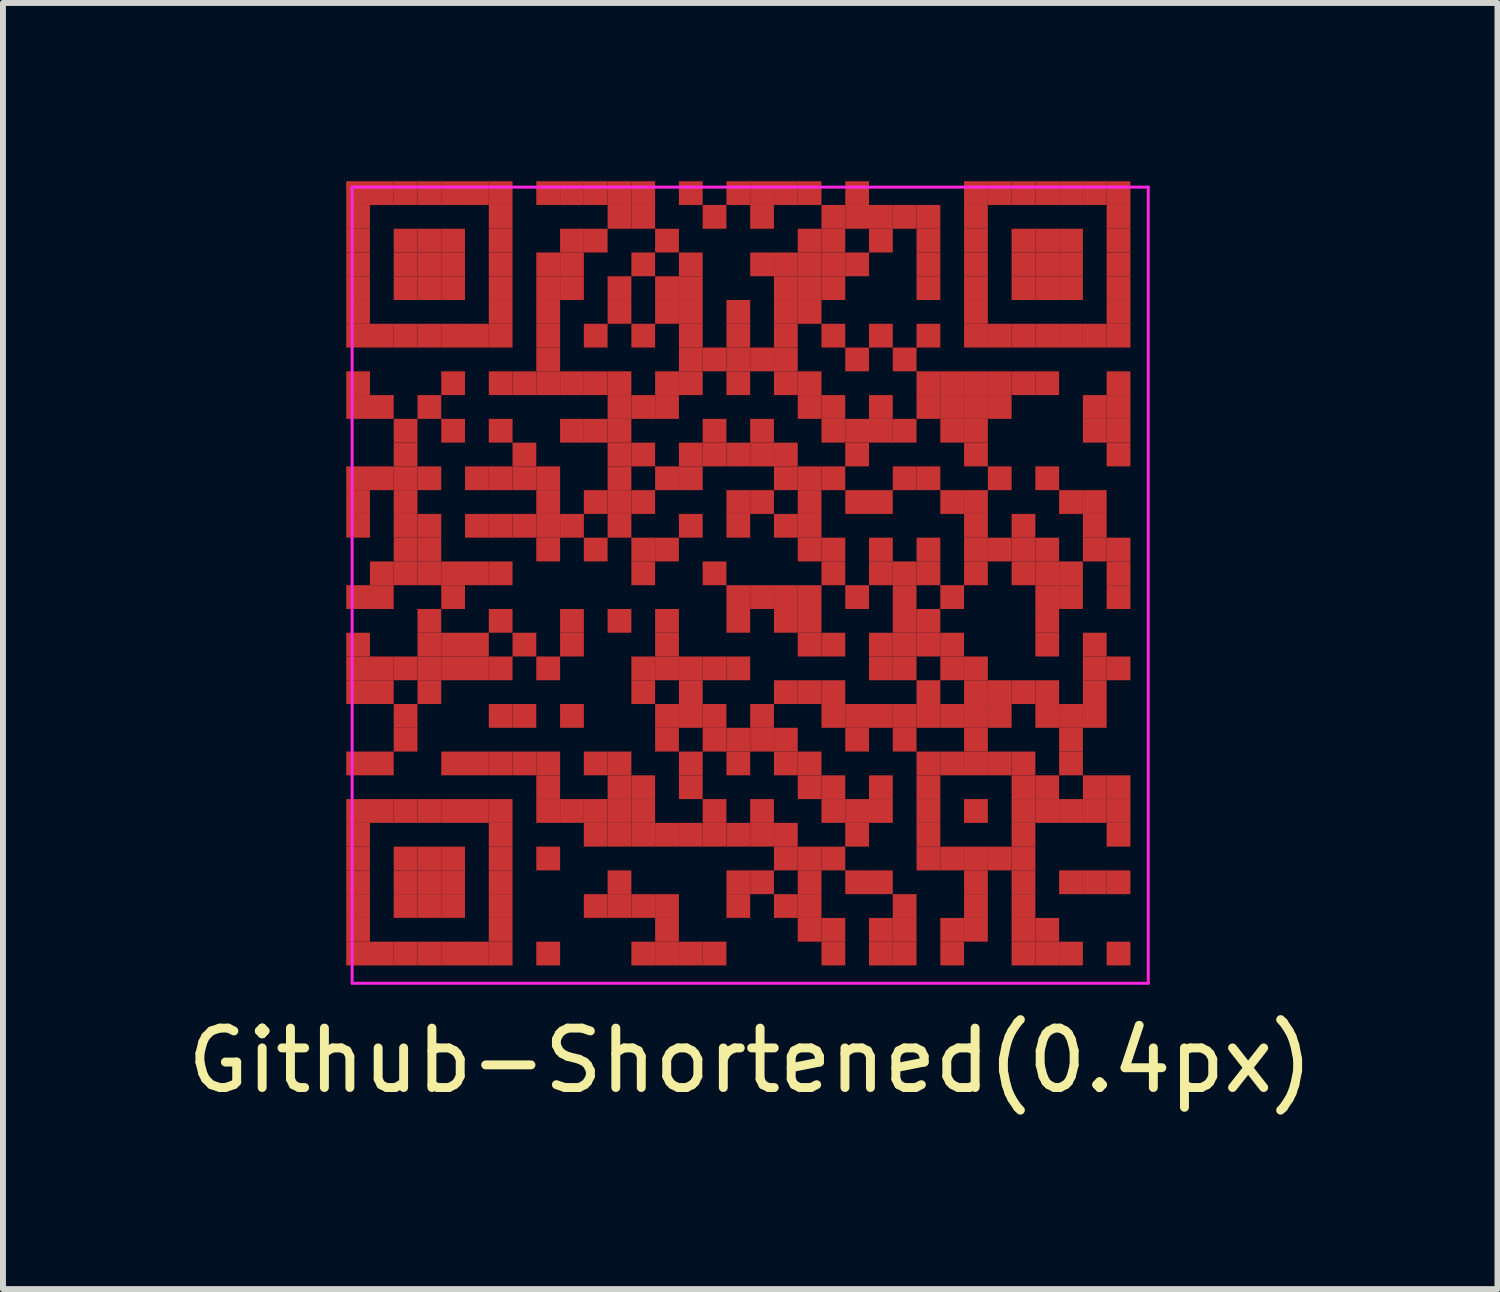
<source format=kicad_pcb>
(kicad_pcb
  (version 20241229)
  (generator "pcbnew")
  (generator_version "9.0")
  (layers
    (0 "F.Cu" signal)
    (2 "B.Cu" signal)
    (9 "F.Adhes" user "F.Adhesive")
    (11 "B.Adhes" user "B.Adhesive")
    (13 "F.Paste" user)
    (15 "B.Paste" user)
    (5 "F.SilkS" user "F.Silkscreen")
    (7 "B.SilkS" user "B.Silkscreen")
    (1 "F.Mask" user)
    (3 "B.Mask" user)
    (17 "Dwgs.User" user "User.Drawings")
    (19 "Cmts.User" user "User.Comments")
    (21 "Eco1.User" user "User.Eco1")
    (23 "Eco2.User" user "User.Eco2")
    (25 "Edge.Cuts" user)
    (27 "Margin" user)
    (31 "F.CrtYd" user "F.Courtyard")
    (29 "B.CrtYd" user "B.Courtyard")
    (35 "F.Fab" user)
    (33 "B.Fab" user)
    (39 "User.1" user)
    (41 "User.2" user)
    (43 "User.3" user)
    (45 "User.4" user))
  (footprint "Github-Shortened(0.4px)"
    (layer "F.Cu")
    (at 9.577 6.8)
    (property "Reference" "Github-Shortened(0.4px)" (at 0 8 0) (layer "F.SilkS") (effects (font (size 1 1) (thickness 0.15))))
    (attr through_hole)
    (fp_poly (pts (xy 6.65 6.65) (xy 6.65 -6.65) (xy -6.65 -6.65) (xy -6.65 6.65)) (stroke (width 0) (type solid)) (fill yes) (layer "F.Mask"))
    (fp_line (start -6.7 -6.7) (end 6.7 -6.7) (stroke (width 0.05) (type solid)) (layer "F.CrtYd"))
    (fp_line (start -6.7 6.7) (end -6.7 -6.7) (stroke (width 0.05) (type solid)) (layer "F.CrtYd"))
    (fp_line (start 6.7 -6.7) (end 6.7 6.7) (stroke (width 0.05) (type solid)) (layer "F.CrtYd"))
    (fp_line (start 6.7 6.7) (end -6.7 6.7) (stroke (width 0.05) (type solid)) (layer "F.CrtYd"))
    (pad "" smd rect (at -6.6 -6.6) (size 0.4 0.4) (layers "F.Cu"))
    (pad "" smd rect (at -6.6 -6.2) (size 0.4 0.4) (layers "F.Cu"))
    (pad "" smd rect (at -6.6 -5.8) (size 0.4 0.4) (layers "F.Cu"))
    (pad "" smd rect (at -6.6 -5.4) (size 0.4 0.4) (layers "F.Cu"))
    (pad "" smd rect (at -6.6 -5) (size 0.4 0.4) (layers "F.Cu"))
    (pad "" smd rect (at -6.6 -4.6) (size 0.4 0.4) (layers "F.Cu"))
    (pad "" smd rect (at -6.6 -4.2) (size 0.4 0.4) (layers "F.Cu"))
    (pad "" smd rect (at -6.6 -3.4) (size 0.4 0.4) (layers "F.Cu"))
    (pad "" smd rect (at -6.6 -3) (size 0.4 0.4) (layers "F.Cu"))
    (pad "" smd rect (at -6.6 -1.8) (size 0.4 0.4) (layers "F.Cu"))
    (pad "" smd rect (at -6.6 -1.4) (size 0.4 0.4) (layers "F.Cu"))
    (pad "" smd rect (at -6.6 -1) (size 0.4 0.4) (layers "F.Cu"))
    (pad "" smd rect (at -6.6 0.2) (size 0.4 0.4) (layers "F.Cu"))
    (pad "" smd rect (at -6.6 1) (size 0.4 0.4) (layers "F.Cu"))
    (pad "" smd rect (at -6.6 1.4) (size 0.4 0.4) (layers "F.Cu"))
    (pad "" smd rect (at -6.6 1.8) (size 0.4 0.4) (layers "F.Cu"))
    (pad "" smd rect (at -6.6 3) (size 0.4 0.4) (layers "F.Cu"))
    (pad "" smd rect (at -6.6 3.8) (size 0.4 0.4) (layers "F.Cu"))
    (pad "" smd rect (at -6.6 4.2) (size 0.4 0.4) (layers "F.Cu"))
    (pad "" smd rect (at -6.6 4.6) (size 0.4 0.4) (layers "F.Cu"))
    (pad "" smd rect (at -6.6 5) (size 0.4 0.4) (layers "F.Cu"))
    (pad "" smd rect (at -6.6 5.4) (size 0.4 0.4) (layers "F.Cu"))
    (pad "" smd rect (at -6.6 5.8) (size 0.4 0.4) (layers "F.Cu"))
    (pad "" smd rect (at -6.6 6.2) (size 0.4 0.4) (layers "F.Cu"))
    (pad "" smd rect (at -6.2 -6.6) (size 0.4 0.4) (layers "F.Cu"))
    (pad "" smd rect (at -6.2 -4.2) (size 0.4 0.4) (layers "F.Cu"))
    (pad "" smd rect (at -6.2 -3) (size 0.4 0.4) (layers "F.Cu"))
    (pad "" smd rect (at -6.2 -1.8) (size 0.4 0.4) (layers "F.Cu"))
    (pad "" smd rect (at -6.2 -0.2) (size 0.4 0.4) (layers "F.Cu"))
    (pad "" smd rect (at -6.2 0.2) (size 0.4 0.4) (layers "F.Cu"))
    (pad "" smd rect (at -6.2 1.4) (size 0.4 0.4) (layers "F.Cu"))
    (pad "" smd rect (at -6.2 1.8) (size 0.4 0.4) (layers "F.Cu"))
    (pad "" smd rect (at -6.2 3) (size 0.4 0.4) (layers "F.Cu"))
    (pad "" smd rect (at -6.2 3.8) (size 0.4 0.4) (layers "F.Cu"))
    (pad "" smd rect (at -6.2 6.2) (size 0.4 0.4) (layers "F.Cu"))
    (pad "" smd rect (at -5.8 -6.6) (size 0.4 0.4) (layers "F.Cu"))
    (pad "" smd rect (at -5.8 -5.8) (size 0.4 0.4) (layers "F.Cu"))
    (pad "" smd rect (at -5.8 -5.4) (size 0.4 0.4) (layers "F.Cu"))
    (pad "" smd rect (at -5.8 -5) (size 0.4 0.4) (layers "F.Cu"))
    (pad "" smd rect (at -5.8 -4.2) (size 0.4 0.4) (layers "F.Cu"))
    (pad "" smd rect (at -5.8 -2.6) (size 0.4 0.4) (layers "F.Cu"))
    (pad "" smd rect (at -5.8 -2.2) (size 0.4 0.4) (layers "F.Cu"))
    (pad "" smd rect (at -5.8 -1.8) (size 0.4 0.4) (layers "F.Cu"))
    (pad "" smd rect (at -5.8 -1.4) (size 0.4 0.4) (layers "F.Cu"))
    (pad "" smd rect (at -5.8 -1) (size 0.4 0.4) (layers "F.Cu"))
    (pad "" smd rect (at -5.8 -0.6) (size 0.4 0.4) (layers "F.Cu"))
    (pad "" smd rect (at -5.8 -0.2) (size 0.4 0.4) (layers "F.Cu"))
    (pad "" smd rect (at -5.8 1.4) (size 0.4 0.4) (layers "F.Cu"))
    (pad "" smd rect (at -5.8 2.2) (size 0.4 0.4) (layers "F.Cu"))
    (pad "" smd rect (at -5.8 2.6) (size 0.4 0.4) (layers "F.Cu"))
    (pad "" smd rect (at -5.8 3.8) (size 0.4 0.4) (layers "F.Cu"))
    (pad "" smd rect (at -5.8 4.6) (size 0.4 0.4) (layers "F.Cu"))
    (pad "" smd rect (at -5.8 5) (size 0.4 0.4) (layers "F.Cu"))
    (pad "" smd rect (at -5.8 5.4) (size 0.4 0.4) (layers "F.Cu"))
    (pad "" smd rect (at -5.8 6.2) (size 0.4 0.4) (layers "F.Cu"))
    (pad "" smd rect (at -5.4 -6.6) (size 0.4 0.4) (layers "F.Cu"))
    (pad "" smd rect (at -5.4 -5.8) (size 0.4 0.4) (layers "F.Cu"))
    (pad "" smd rect (at -5.4 -5.4) (size 0.4 0.4) (layers "F.Cu"))
    (pad "" smd rect (at -5.4 -5) (size 0.4 0.4) (layers "F.Cu"))
    (pad "" smd rect (at -5.4 -4.2) (size 0.4 0.4) (layers "F.Cu"))
    (pad "" smd rect (at -5.4 -3) (size 0.4 0.4) (layers "F.Cu"))
    (pad "" smd rect (at -5.4 -1.8) (size 0.4 0.4) (layers "F.Cu"))
    (pad "" smd rect (at -5.4 -1) (size 0.4 0.4) (layers "F.Cu"))
    (pad "" smd rect (at -5.4 -0.6) (size 0.4 0.4) (layers "F.Cu"))
    (pad "" smd rect (at -5.4 -0.2) (size 0.4 0.4) (layers "F.Cu"))
    (pad "" smd rect (at -5.4 0.6) (size 0.4 0.4) (layers "F.Cu"))
    (pad "" smd rect (at -5.4 1) (size 0.4 0.4) (layers "F.Cu"))
    (pad "" smd rect (at -5.4 1.4) (size 0.4 0.4) (layers "F.Cu"))
    (pad "" smd rect (at -5.4 1.8) (size 0.4 0.4) (layers "F.Cu"))
    (pad "" smd rect (at -5.4 3.8) (size 0.4 0.4) (layers "F.Cu"))
    (pad "" smd rect (at -5.4 4.6) (size 0.4 0.4) (layers "F.Cu"))
    (pad "" smd rect (at -5.4 5) (size 0.4 0.4) (layers "F.Cu"))
    (pad "" smd rect (at -5.4 5.4) (size 0.4 0.4) (layers "F.Cu"))
    (pad "" smd rect (at -5.4 6.2) (size 0.4 0.4) (layers "F.Cu"))
    (pad "" smd rect (at -5 -6.6) (size 0.4 0.4) (layers "F.Cu"))
    (pad "" smd rect (at -5 -5.8) (size 0.4 0.4) (layers "F.Cu"))
    (pad "" smd rect (at -5 -5.4) (size 0.4 0.4) (layers "F.Cu"))
    (pad "" smd rect (at -5 -5) (size 0.4 0.4) (layers "F.Cu"))
    (pad "" smd rect (at -5 -4.2) (size 0.4 0.4) (layers "F.Cu"))
    (pad "" smd rect (at -5 -3.4) (size 0.4 0.4) (layers "F.Cu"))
    (pad "" smd rect (at -5 -2.6) (size 0.4 0.4) (layers "F.Cu"))
    (pad "" smd rect (at -5 -0.2) (size 0.4 0.4) (layers "F.Cu"))
    (pad "" smd rect (at -5 0.2) (size 0.4 0.4) (layers "F.Cu"))
    (pad "" smd rect (at -5 1) (size 0.4 0.4) (layers "F.Cu"))
    (pad "" smd rect (at -5 1.4) (size 0.4 0.4) (layers "F.Cu"))
    (pad "" smd rect (at -5 3) (size 0.4 0.4) (layers "F.Cu"))
    (pad "" smd rect (at -5 3.8) (size 0.4 0.4) (layers "F.Cu"))
    (pad "" smd rect (at -5 4.6) (size 0.4 0.4) (layers "F.Cu"))
    (pad "" smd rect (at -5 5) (size 0.4 0.4) (layers "F.Cu"))
    (pad "" smd rect (at -5 5.4) (size 0.4 0.4) (layers "F.Cu"))
    (pad "" smd rect (at -5 6.2) (size 0.4 0.4) (layers "F.Cu"))
    (pad "" smd rect (at -4.6 -6.6) (size 0.4 0.4) (layers "F.Cu"))
    (pad "" smd rect (at -4.6 -4.2) (size 0.4 0.4) (layers "F.Cu"))
    (pad "" smd rect (at -4.6 -1.8) (size 0.4 0.4) (layers "F.Cu"))
    (pad "" smd rect (at -4.6 -1) (size 0.4 0.4) (layers "F.Cu"))
    (pad "" smd rect (at -4.6 -0.2) (size 0.4 0.4) (layers "F.Cu"))
    (pad "" smd rect (at -4.6 1) (size 0.4 0.4) (layers "F.Cu"))
    (pad "" smd rect (at -4.6 1.4) (size 0.4 0.4) (layers "F.Cu"))
    (pad "" smd rect (at -4.6 3) (size 0.4 0.4) (layers "F.Cu"))
    (pad "" smd rect (at -4.6 3.8) (size 0.4 0.4) (layers "F.Cu"))
    (pad "" smd rect (at -4.6 6.2) (size 0.4 0.4) (layers "F.Cu"))
    (pad "" smd rect (at -4.2 -6.6) (size 0.4 0.4) (layers "F.Cu"))
    (pad "" smd rect (at -4.2 -6.2) (size 0.4 0.4) (layers "F.Cu"))
    (pad "" smd rect (at -4.2 -5.8) (size 0.4 0.4) (layers "F.Cu"))
    (pad "" smd rect (at -4.2 -5.4) (size 0.4 0.4) (layers "F.Cu"))
    (pad "" smd rect (at -4.2 -5) (size 0.4 0.4) (layers "F.Cu"))
    (pad "" smd rect (at -4.2 -4.6) (size 0.4 0.4) (layers "F.Cu"))
    (pad "" smd rect (at -4.2 -4.2) (size 0.4 0.4) (layers "F.Cu"))
    (pad "" smd rect (at -4.2 -3.4) (size 0.4 0.4) (layers "F.Cu"))
    (pad "" smd rect (at -4.2 -2.6) (size 0.4 0.4) (layers "F.Cu"))
    (pad "" smd rect (at -4.2 -1.8) (size 0.4 0.4) (layers "F.Cu"))
    (pad "" smd rect (at -4.2 -1) (size 0.4 0.4) (layers "F.Cu"))
    (pad "" smd rect (at -4.2 -0.2) (size 0.4 0.4) (layers "F.Cu"))
    (pad "" smd rect (at -4.2 0.6) (size 0.4 0.4) (layers "F.Cu"))
    (pad "" smd rect (at -4.2 1.4) (size 0.4 0.4) (layers "F.Cu"))
    (pad "" smd rect (at -4.2 2.2) (size 0.4 0.4) (layers "F.Cu"))
    (pad "" smd rect (at -4.2 3) (size 0.4 0.4) (layers "F.Cu"))
    (pad "" smd rect (at -4.2 3.8) (size 0.4 0.4) (layers "F.Cu"))
    (pad "" smd rect (at -4.2 4.2) (size 0.4 0.4) (layers "F.Cu"))
    (pad "" smd rect (at -4.2 4.6) (size 0.4 0.4) (layers "F.Cu"))
    (pad "" smd rect (at -4.2 5) (size 0.4 0.4) (layers "F.Cu"))
    (pad "" smd rect (at -4.2 5.4) (size 0.4 0.4) (layers "F.Cu"))
    (pad "" smd rect (at -4.2 5.8) (size 0.4 0.4) (layers "F.Cu"))
    (pad "" smd rect (at -4.2 6.2) (size 0.4 0.4) (layers "F.Cu"))
    (pad "" smd rect (at -3.8 -3.4) (size 0.4 0.4) (layers "F.Cu"))
    (pad "" smd rect (at -3.8 -2.2) (size 0.4 0.4) (layers "F.Cu"))
    (pad "" smd rect (at -3.8 -1.8) (size 0.4 0.4) (layers "F.Cu"))
    (pad "" smd rect (at -3.8 -1) (size 0.4 0.4) (layers "F.Cu"))
    (pad "" smd rect (at -3.8 1) (size 0.4 0.4) (layers "F.Cu"))
    (pad "" smd rect (at -3.8 2.2) (size 0.4 0.4) (layers "F.Cu"))
    (pad "" smd rect (at -3.8 3) (size 0.4 0.4) (layers "F.Cu"))
    (pad "" smd rect (at -3.4 -6.6) (size 0.4 0.4) (layers "F.Cu"))
    (pad "" smd rect (at -3.4 -5.4) (size 0.4 0.4) (layers "F.Cu"))
    (pad "" smd rect (at -3.4 -5) (size 0.4 0.4) (layers "F.Cu"))
    (pad "" smd rect (at -3.4 -4.6) (size 0.4 0.4) (layers "F.Cu"))
    (pad "" smd rect (at -3.4 -4.2) (size 0.4 0.4) (layers "F.Cu"))
    (pad "" smd rect (at -3.4 -3.8) (size 0.4 0.4) (layers "F.Cu"))
    (pad "" smd rect (at -3.4 -3.4) (size 0.4 0.4) (layers "F.Cu"))
    (pad "" smd rect (at -3.4 -1.8) (size 0.4 0.4) (layers "F.Cu"))
    (pad "" smd rect (at -3.4 -1.4) (size 0.4 0.4) (layers "F.Cu"))
    (pad "" smd rect (at -3.4 -1) (size 0.4 0.4) (layers "F.Cu"))
    (pad "" smd rect (at -3.4 -0.6) (size 0.4 0.4) (layers "F.Cu"))
    (pad "" smd rect (at -3.4 1.4) (size 0.4 0.4) (layers "F.Cu"))
    (pad "" smd rect (at -3.4 3) (size 0.4 0.4) (layers "F.Cu"))
    (pad "" smd rect (at -3.4 3.4) (size 0.4 0.4) (layers "F.Cu"))
    (pad "" smd rect (at -3.4 3.8) (size 0.4 0.4) (layers "F.Cu"))
    (pad "" smd rect (at -3.4 4.6) (size 0.4 0.4) (layers "F.Cu"))
    (pad "" smd rect (at -3.4 6.2) (size 0.4 0.4) (layers "F.Cu"))
    (pad "" smd rect (at -3 -6.6) (size 0.4 0.4) (layers "F.Cu"))
    (pad "" smd rect (at -3 -5.8) (size 0.4 0.4) (layers "F.Cu"))
    (pad "" smd rect (at -3 -5.4) (size 0.4 0.4) (layers "F.Cu"))
    (pad "" smd rect (at -3 -5) (size 0.4 0.4) (layers "F.Cu"))
    (pad "" smd rect (at -3 -3.4) (size 0.4 0.4) (layers "F.Cu"))
    (pad "" smd rect (at -3 -2.6) (size 0.4 0.4) (layers "F.Cu"))
    (pad "" smd rect (at -3 -1) (size 0.4 0.4) (layers "F.Cu"))
    (pad "" smd rect (at -3 0.6) (size 0.4 0.4) (layers "F.Cu"))
    (pad "" smd rect (at -3 1) (size 0.4 0.4) (layers "F.Cu"))
    (pad "" smd rect (at -3 2.2) (size 0.4 0.4) (layers "F.Cu"))
    (pad "" smd rect (at -3 3.8) (size 0.4 0.4) (layers "F.Cu"))
    (pad "" smd rect (at -2.6 -6.6) (size 0.4 0.4) (layers "F.Cu"))
    (pad "" smd rect (at -2.6 -5.8) (size 0.4 0.4) (layers "F.Cu"))
    (pad "" smd rect (at -2.6 -4.2) (size 0.4 0.4) (layers "F.Cu"))
    (pad "" smd rect (at -2.6 -3.4) (size 0.4 0.4) (layers "F.Cu"))
    (pad "" smd rect (at -2.6 -2.6) (size 0.4 0.4) (layers "F.Cu"))
    (pad "" smd rect (at -2.6 -1.4) (size 0.4 0.4) (layers "F.Cu"))
    (pad "" smd rect (at -2.6 -0.6) (size 0.4 0.4) (layers "F.Cu"))
    (pad "" smd rect (at -2.6 3) (size 0.4 0.4) (layers "F.Cu"))
    (pad "" smd rect (at -2.6 3.8) (size 0.4 0.4) (layers "F.Cu"))
    (pad "" smd rect (at -2.6 4.2) (size 0.4 0.4) (layers "F.Cu"))
    (pad "" smd rect (at -2.6 5.4) (size 0.4 0.4) (layers "F.Cu"))
    (pad "" smd rect (at -2.2 -6.6) (size 0.4 0.4) (layers "F.Cu"))
    (pad "" smd rect (at -2.2 -6.2) (size 0.4 0.4) (layers "F.Cu"))
    (pad "" smd rect (at -2.2 -5) (size 0.4 0.4) (layers "F.Cu"))
    (pad "" smd rect (at -2.2 -4.6) (size 0.4 0.4) (layers "F.Cu"))
    (pad "" smd rect (at -2.2 -3.4) (size 0.4 0.4) (layers "F.Cu"))
    (pad "" smd rect (at -2.2 -3) (size 0.4 0.4) (layers "F.Cu"))
    (pad "" smd rect (at -2.2 -2.6) (size 0.4 0.4) (layers "F.Cu"))
    (pad "" smd rect (at -2.2 -2.2) (size 0.4 0.4) (layers "F.Cu"))
    (pad "" smd rect (at -2.2 -1.8) (size 0.4 0.4) (layers "F.Cu"))
    (pad "" smd rect (at -2.2 -1.4) (size 0.4 0.4) (layers "F.Cu"))
    (pad "" smd rect (at -2.2 -1) (size 0.4 0.4) (layers "F.Cu"))
    (pad "" smd rect (at -2.2 0.6) (size 0.4 0.4) (layers "F.Cu"))
    (pad "" smd rect (at -2.2 3) (size 0.4 0.4) (layers "F.Cu"))
    (pad "" smd rect (at -2.2 3.4) (size 0.4 0.4) (layers "F.Cu"))
    (pad "" smd rect (at -2.2 3.8) (size 0.4 0.4) (layers "F.Cu"))
    (pad "" smd rect (at -2.2 4.2) (size 0.4 0.4) (layers "F.Cu"))
    (pad "" smd rect (at -2.2 5) (size 0.4 0.4) (layers "F.Cu"))
    (pad "" smd rect (at -2.2 5.4) (size 0.4 0.4) (layers "F.Cu"))
    (pad "" smd rect (at -1.8 -6.6) (size 0.4 0.4) (layers "F.Cu"))
    (pad "" smd rect (at -1.8 -6.2) (size 0.4 0.4) (layers "F.Cu"))
    (pad "" smd rect (at -1.8 -5.4) (size 0.4 0.4) (layers "F.Cu"))
    (pad "" smd rect (at -1.8 -4.2) (size 0.4 0.4) (layers "F.Cu"))
    (pad "" smd rect (at -1.8 -3) (size 0.4 0.4) (layers "F.Cu"))
    (pad "" smd rect (at -1.8 -2.2) (size 0.4 0.4) (layers "F.Cu"))
    (pad "" smd rect (at -1.8 -1.4) (size 0.4 0.4) (layers "F.Cu"))
    (pad "" smd rect (at -1.8 -0.6) (size 0.4 0.4) (layers "F.Cu"))
    (pad "" smd rect (at -1.8 -0.2) (size 0.4 0.4) (layers "F.Cu"))
    (pad "" smd rect (at -1.8 1.4) (size 0.4 0.4) (layers "F.Cu"))
    (pad "" smd rect (at -1.8 1.8) (size 0.4 0.4) (layers "F.Cu"))
    (pad "" smd rect (at -1.8 3.4) (size 0.4 0.4) (layers "F.Cu"))
    (pad "" smd rect (at -1.8 3.8) (size 0.4 0.4) (layers "F.Cu"))
    (pad "" smd rect (at -1.8 4.2) (size 0.4 0.4) (layers "F.Cu"))
    (pad "" smd rect (at -1.8 5.4) (size 0.4 0.4) (layers "F.Cu"))
    (pad "" smd rect (at -1.8 6.2) (size 0.4 0.4) (layers "F.Cu"))
    (pad "" smd rect (at -1.4 -5.8) (size 0.4 0.4) (layers "F.Cu"))
    (pad "" smd rect (at -1.4 -5) (size 0.4 0.4) (layers "F.Cu"))
    (pad "" smd rect (at -1.4 -4.6) (size 0.4 0.4) (layers "F.Cu"))
    (pad "" smd rect (at -1.4 -3.4) (size 0.4 0.4) (layers "F.Cu"))
    (pad "" smd rect (at -1.4 -3) (size 0.4 0.4) (layers "F.Cu"))
    (pad "" smd rect (at -1.4 -1.8) (size 0.4 0.4) (layers "F.Cu"))
    (pad "" smd rect (at -1.4 -0.6) (size 0.4 0.4) (layers "F.Cu"))
    (pad "" smd rect (at -1.4 0.6) (size 0.4 0.4) (layers "F.Cu"))
    (pad "" smd rect (at -1.4 1) (size 0.4 0.4) (layers "F.Cu"))
    (pad "" smd rect (at -1.4 1.4) (size 0.4 0.4) (layers "F.Cu"))
    (pad "" smd rect (at -1.4 2.2) (size 0.4 0.4) (layers "F.Cu"))
    (pad "" smd rect (at -1.4 2.6) (size 0.4 0.4) (layers "F.Cu"))
    (pad "" smd rect (at -1.4 4.2) (size 0.4 0.4) (layers "F.Cu"))
    (pad "" smd rect (at -1.4 5.4) (size 0.4 0.4) (layers "F.Cu"))
    (pad "" smd rect (at -1.4 5.8) (size 0.4 0.4) (layers "F.Cu"))
    (pad "" smd rect (at -1.4 6.2) (size 0.4 0.4) (layers "F.Cu"))
    (pad "" smd rect (at -1 -6.6) (size 0.4 0.4) (layers "F.Cu"))
    (pad "" smd rect (at -1 -5.4) (size 0.4 0.4) (layers "F.Cu"))
    (pad "" smd rect (at -1 -5) (size 0.4 0.4) (layers "F.Cu"))
    (pad "" smd rect (at -1 -4.6) (size 0.4 0.4) (layers "F.Cu"))
    (pad "" smd rect (at -1 -4.2) (size 0.4 0.4) (layers "F.Cu"))
    (pad "" smd rect (at -1 -3.8) (size 0.4 0.4) (layers "F.Cu"))
    (pad "" smd rect (at -1 -3.4) (size 0.4 0.4) (layers "F.Cu"))
    (pad "" smd rect (at -1 -2.2) (size 0.4 0.4) (layers "F.Cu"))
    (pad "" smd rect (at -1 -1.8) (size 0.4 0.4) (layers "F.Cu"))
    (pad "" smd rect (at -1 -1) (size 0.4 0.4) (layers "F.Cu"))
    (pad "" smd rect (at -1 1.4) (size 0.4 0.4) (layers "F.Cu"))
    (pad "" smd rect (at -1 1.8) (size 0.4 0.4) (layers "F.Cu"))
    (pad "" smd rect (at -1 2.2) (size 0.4 0.4) (layers "F.Cu"))
    (pad "" smd rect (at -1 3) (size 0.4 0.4) (layers "F.Cu"))
    (pad "" smd rect (at -1 3.4) (size 0.4 0.4) (layers "F.Cu"))
    (pad "" smd rect (at -1 4.2) (size 0.4 0.4) (layers "F.Cu"))
    (pad "" smd rect (at -1 6.2) (size 0.4 0.4) (layers "F.Cu"))
    (pad "" smd rect (at -0.6 -6.2) (size 0.4 0.4) (layers "F.Cu"))
    (pad "" smd rect (at -0.6 -3.8) (size 0.4 0.4) (layers "F.Cu"))
    (pad "" smd rect (at -0.6 -2.6) (size 0.4 0.4) (layers "F.Cu"))
    (pad "" smd rect (at -0.6 -2.2) (size 0.4 0.4) (layers "F.Cu"))
    (pad "" smd rect (at -0.6 -0.2) (size 0.4 0.4) (layers "F.Cu"))
    (pad "" smd rect (at -0.6 1.4) (size 0.4 0.4) (layers "F.Cu"))
    (pad "" smd rect (at -0.6 2.2) (size 0.4 0.4) (layers "F.Cu"))
    (pad "" smd rect (at -0.6 2.6) (size 0.4 0.4) (layers "F.Cu"))
    (pad "" smd rect (at -0.6 3.8) (size 0.4 0.4) (layers "F.Cu"))
    (pad "" smd rect (at -0.6 4.2) (size 0.4 0.4) (layers "F.Cu"))
    (pad "" smd rect (at -0.6 6.2) (size 0.4 0.4) (layers "F.Cu"))
    (pad "" smd rect (at -0.2 -6.6) (size 0.4 0.4) (layers "F.Cu"))
    (pad "" smd rect (at -0.2 -4.6) (size 0.4 0.4) (layers "F.Cu"))
    (pad "" smd rect (at -0.2 -4.2) (size 0.4 0.4) (layers "F.Cu"))
    (pad "" smd rect (at -0.2 -3.8) (size 0.4 0.4) (layers "F.Cu"))
    (pad "" smd rect (at -0.2 -3.4) (size 0.4 0.4) (layers "F.Cu"))
    (pad "" smd rect (at -0.2 -2.2) (size 0.4 0.4) (layers "F.Cu"))
    (pad "" smd rect (at -0.2 -1.4) (size 0.4 0.4) (layers "F.Cu"))
    (pad "" smd rect (at -0.2 -1) (size 0.4 0.4) (layers "F.Cu"))
    (pad "" smd rect (at -0.2 0.2) (size 0.4 0.4) (layers "F.Cu"))
    (pad "" smd rect (at -0.2 0.6) (size 0.4 0.4) (layers "F.Cu"))
    (pad "" smd rect (at -0.2 1.4) (size 0.4 0.4) (layers "F.Cu"))
    (pad "" smd rect (at -0.2 2.6) (size 0.4 0.4) (layers "F.Cu"))
    (pad "" smd rect (at -0.2 3) (size 0.4 0.4) (layers "F.Cu"))
    (pad "" smd rect (at -0.2 4.2) (size 0.4 0.4) (layers "F.Cu"))
    (pad "" smd rect (at -0.2 5) (size 0.4 0.4) (layers "F.Cu"))
    (pad "" smd rect (at -0.2 5.4) (size 0.4 0.4) (layers "F.Cu"))
    (pad "" smd rect (at 0.2 -6.6) (size 0.4 0.4) (layers "F.Cu"))
    (pad "" smd rect (at 0.2 -6.2) (size 0.4 0.4) (layers "F.Cu"))
    (pad "" smd rect (at 0.2 -5.4) (size 0.4 0.4) (layers "F.Cu"))
    (pad "" smd rect (at 0.2 -3.8) (size 0.4 0.4) (layers "F.Cu"))
    (pad "" smd rect (at 0.2 -2.6) (size 0.4 0.4) (layers "F.Cu"))
    (pad "" smd rect (at 0.2 -2.2) (size 0.4 0.4) (layers "F.Cu"))
    (pad "" smd rect (at 0.2 -1.4) (size 0.4 0.4) (layers "F.Cu"))
    (pad "" smd rect (at 0.2 0.2) (size 0.4 0.4) (layers "F.Cu"))
    (pad "" smd rect (at 0.2 2.2) (size 0.4 0.4) (layers "F.Cu"))
    (pad "" smd rect (at 0.2 2.6) (size 0.4 0.4) (layers "F.Cu"))
    (pad "" smd rect (at 0.2 3.8) (size 0.4 0.4) (layers "F.Cu"))
    (pad "" smd rect (at 0.2 4.2) (size 0.4 0.4) (layers "F.Cu"))
    (pad "" smd rect (at 0.2 5) (size 0.4 0.4) (layers "F.Cu"))
    (pad "" smd rect (at 0.6 -6.6) (size 0.4 0.4) (layers "F.Cu"))
    (pad "" smd rect (at 0.6 -5.4) (size 0.4 0.4) (layers "F.Cu"))
    (pad "" smd rect (at 0.6 -5) (size 0.4 0.4) (layers "F.Cu"))
    (pad "" smd rect (at 0.6 -4.6) (size 0.4 0.4) (layers "F.Cu"))
    (pad "" smd rect (at 0.6 -4.2) (size 0.4 0.4) (layers "F.Cu"))
    (pad "" smd rect (at 0.6 -3.8) (size 0.4 0.4) (layers "F.Cu"))
    (pad "" smd rect (at 0.6 -3.4) (size 0.4 0.4) (layers "F.Cu"))
    (pad "" smd rect (at 0.6 -2.2) (size 0.4 0.4) (layers "F.Cu"))
    (pad "" smd rect (at 0.6 -1.8) (size 0.4 0.4) (layers "F.Cu"))
    (pad "" smd rect (at 0.6 -1) (size 0.4 0.4) (layers "F.Cu"))
    (pad "" smd rect (at 0.6 0.2) (size 0.4 0.4) (layers "F.Cu"))
    (pad "" smd rect (at 0.6 0.6) (size 0.4 0.4) (layers "F.Cu"))
    (pad "" smd rect (at 0.6 1.8) (size 0.4 0.4) (layers "F.Cu"))
    (pad "" smd rect (at 0.6 2.6) (size 0.4 0.4) (layers "F.Cu"))
    (pad "" smd rect (at 0.6 3) (size 0.4 0.4) (layers "F.Cu"))
    (pad "" smd rect (at 0.6 4.2) (size 0.4 0.4) (layers "F.Cu"))
    (pad "" smd rect (at 0.6 4.6) (size 0.4 0.4) (layers "F.Cu"))
    (pad "" smd rect (at 0.6 5.4) (size 0.4 0.4) (layers "F.Cu"))
    (pad "" smd rect (at 1 -6.6) (size 0.4 0.4) (layers "F.Cu"))
    (pad "" smd rect (at 1 -5.8) (size 0.4 0.4) (layers "F.Cu"))
    (pad "" smd rect (at 1 -5.4) (size 0.4 0.4) (layers "F.Cu"))
    (pad "" smd rect (at 1 -5) (size 0.4 0.4) (layers "F.Cu"))
    (pad "" smd rect (at 1 -4.6) (size 0.4 0.4) (layers "F.Cu"))
    (pad "" smd rect (at 1 -3.4) (size 0.4 0.4) (layers "F.Cu"))
    (pad "" smd rect (at 1 -3) (size 0.4 0.4) (layers "F.Cu"))
    (pad "" smd rect (at 1 -1.8) (size 0.4 0.4) (layers "F.Cu"))
    (pad "" smd rect (at 1 -1.4) (size 0.4 0.4) (layers "F.Cu"))
    (pad "" smd rect (at 1 -1) (size 0.4 0.4) (layers "F.Cu"))
    (pad "" smd rect (at 1 -0.6) (size 0.4 0.4) (layers "F.Cu"))
    (pad "" smd rect (at 1 0.2) (size 0.4 0.4) (layers "F.Cu"))
    (pad "" smd rect (at 1 0.6) (size 0.4 0.4) (layers "F.Cu"))
    (pad "" smd rect (at 1 1) (size 0.4 0.4) (layers "F.Cu"))
    (pad "" smd rect (at 1 1.8) (size 0.4 0.4) (layers "F.Cu"))
    (pad "" smd rect (at 1 3) (size 0.4 0.4) (layers "F.Cu"))
    (pad "" smd rect (at 1 3.4) (size 0.4 0.4) (layers "F.Cu"))
    (pad "" smd rect (at 1 4.6) (size 0.4 0.4) (layers "F.Cu"))
    (pad "" smd rect (at 1 5) (size 0.4 0.4) (layers "F.Cu"))
    (pad "" smd rect (at 1 5.4) (size 0.4 0.4) (layers "F.Cu"))
    (pad "" smd rect (at 1 5.8) (size 0.4 0.4) (layers "F.Cu"))
    (pad "" smd rect (at 1.4 -6.2) (size 0.4 0.4) (layers "F.Cu"))
    (pad "" smd rect (at 1.4 -5.8) (size 0.4 0.4) (layers "F.Cu"))
    (pad "" smd rect (at 1.4 -5.4) (size 0.4 0.4) (layers "F.Cu"))
    (pad "" smd rect (at 1.4 -5) (size 0.4 0.4) (layers "F.Cu"))
    (pad "" smd rect (at 1.4 -4.2) (size 0.4 0.4) (layers "F.Cu"))
    (pad "" smd rect (at 1.4 -3) (size 0.4 0.4) (layers "F.Cu"))
    (pad "" smd rect (at 1.4 -2.6) (size 0.4 0.4) (layers "F.Cu"))
    (pad "" smd rect (at 1.4 -1.8) (size 0.4 0.4) (layers "F.Cu"))
    (pad "" smd rect (at 1.4 -0.6) (size 0.4 0.4) (layers "F.Cu"))
    (pad "" smd rect (at 1.4 -0.2) (size 0.4 0.4) (layers "F.Cu"))
    (pad "" smd rect (at 1.4 1) (size 0.4 0.4) (layers "F.Cu"))
    (pad "" smd rect (at 1.4 1.8) (size 0.4 0.4) (layers "F.Cu"))
    (pad "" smd rect (at 1.4 2.2) (size 0.4 0.4) (layers "F.Cu"))
    (pad "" smd rect (at 1.4 3.4) (size 0.4 0.4) (layers "F.Cu"))
    (pad "" smd rect (at 1.4 3.8) (size 0.4 0.4) (layers "F.Cu"))
    (pad "" smd rect (at 1.4 4.6) (size 0.4 0.4) (layers "F.Cu"))
    (pad "" smd rect (at 1.4 5.8) (size 0.4 0.4) (layers "F.Cu"))
    (pad "" smd rect (at 1.4 6.2) (size 0.4 0.4) (layers "F.Cu"))
    (pad "" smd rect (at 1.8 -6.6) (size 0.4 0.4) (layers "F.Cu"))
    (pad "" smd rect (at 1.8 -6.2) (size 0.4 0.4) (layers "F.Cu"))
    (pad "" smd rect (at 1.8 -5.4) (size 0.4 0.4) (layers "F.Cu"))
    (pad "" smd rect (at 1.8 -3.8) (size 0.4 0.4) (layers "F.Cu"))
    (pad "" smd rect (at 1.8 -2.6) (size 0.4 0.4) (layers "F.Cu"))
    (pad "" smd rect (at 1.8 -2.2) (size 0.4 0.4) (layers "F.Cu"))
    (pad "" smd rect (at 1.8 -1.4) (size 0.4 0.4) (layers "F.Cu"))
    (pad "" smd rect (at 1.8 0.2) (size 0.4 0.4) (layers "F.Cu"))
    (pad "" smd rect (at 1.8 2.2) (size 0.4 0.4) (layers "F.Cu"))
    (pad "" smd rect (at 1.8 2.6) (size 0.4 0.4) (layers "F.Cu"))
    (pad "" smd rect (at 1.8 3.8) (size 0.4 0.4) (layers "F.Cu"))
    (pad "" smd rect (at 1.8 4.2) (size 0.4 0.4) (layers "F.Cu"))
    (pad "" smd rect (at 1.8 5) (size 0.4 0.4) (layers "F.Cu"))
    (pad "" smd rect (at 2.2 -6.2) (size 0.4 0.4) (layers "F.Cu"))
    (pad "" smd rect (at 2.2 -5.8) (size 0.4 0.4) (layers "F.Cu"))
    (pad "" smd rect (at 2.2 -4.2) (size 0.4 0.4) (layers "F.Cu"))
    (pad "" smd rect (at 2.2 -3) (size 0.4 0.4) (layers "F.Cu"))
    (pad "" smd rect (at 2.2 -2.6) (size 0.4 0.4) (layers "F.Cu"))
    (pad "" smd rect (at 2.2 -1.4) (size 0.4 0.4) (layers "F.Cu"))
    (pad "" smd rect (at 2.2 -0.6) (size 0.4 0.4) (layers "F.Cu"))
    (pad "" smd rect (at 2.2 -0.2) (size 0.4 0.4) (layers "F.Cu"))
    (pad "" smd rect (at 2.2 1) (size 0.4 0.4) (layers "F.Cu"))
    (pad "" smd rect (at 2.2 1.4) (size 0.4 0.4) (layers "F.Cu"))
    (pad "" smd rect (at 2.2 2.2) (size 0.4 0.4) (layers "F.Cu"))
    (pad "" smd rect (at 2.2 3.4) (size 0.4 0.4) (layers "F.Cu"))
    (pad "" smd rect (at 2.2 3.8) (size 0.4 0.4) (layers "F.Cu"))
    (pad "" smd rect (at 2.2 5) (size 0.4 0.4) (layers "F.Cu"))
    (pad "" smd rect (at 2.2 5.8) (size 0.4 0.4) (layers "F.Cu"))
    (pad "" smd rect (at 2.2 6.2) (size 0.4 0.4) (layers "F.Cu"))
    (pad "" smd rect (at 2.6 -6.2) (size 0.4 0.4) (layers "F.Cu"))
    (pad "" smd rect (at 2.6 -3.8) (size 0.4 0.4) (layers "F.Cu"))
    (pad "" smd rect (at 2.6 -2.6) (size 0.4 0.4) (layers "F.Cu"))
    (pad "" smd rect (at 2.6 -1.8) (size 0.4 0.4) (layers "F.Cu"))
    (pad "" smd rect (at 2.6 -0.2) (size 0.4 0.4) (layers "F.Cu"))
    (pad "" smd rect (at 2.6 0.2) (size 0.4 0.4) (layers "F.Cu"))
    (pad "" smd rect (at 2.6 0.6) (size 0.4 0.4) (layers "F.Cu"))
    (pad "" smd rect (at 2.6 1) (size 0.4 0.4) (layers "F.Cu"))
    (pad "" smd rect (at 2.6 1.4) (size 0.4 0.4) (layers "F.Cu"))
    (pad "" smd rect (at 2.6 2.2) (size 0.4 0.4) (layers "F.Cu"))
    (pad "" smd rect (at 2.6 2.6) (size 0.4 0.4) (layers "F.Cu"))
    (pad "" smd rect (at 2.6 5.4) (size 0.4 0.4) (layers "F.Cu"))
    (pad "" smd rect (at 2.6 5.8) (size 0.4 0.4) (layers "F.Cu"))
    (pad "" smd rect (at 2.6 6.2) (size 0.4 0.4) (layers "F.Cu"))
    (pad "" smd rect (at 3 -6.2) (size 0.4 0.4) (layers "F.Cu"))
    (pad "" smd rect (at 3 -5.8) (size 0.4 0.4) (layers "F.Cu"))
    (pad "" smd rect (at 3 -5.4) (size 0.4 0.4) (layers "F.Cu"))
    (pad "" smd rect (at 3 -5) (size 0.4 0.4) (layers "F.Cu"))
    (pad "" smd rect (at 3 -4.2) (size 0.4 0.4) (layers "F.Cu"))
    (pad "" smd rect (at 3 -3.4) (size 0.4 0.4) (layers "F.Cu"))
    (pad "" smd rect (at 3 -3) (size 0.4 0.4) (layers "F.Cu"))
    (pad "" smd rect (at 3 -1.8) (size 0.4 0.4) (layers "F.Cu"))
    (pad "" smd rect (at 3 -0.6) (size 0.4 0.4) (layers "F.Cu"))
    (pad "" smd rect (at 3 -0.2) (size 0.4 0.4) (layers "F.Cu"))
    (pad "" smd rect (at 3 0.6) (size 0.4 0.4) (layers "F.Cu"))
    (pad "" smd rect (at 3 1) (size 0.4 0.4) (layers "F.Cu"))
    (pad "" smd rect (at 3 1.8) (size 0.4 0.4) (layers "F.Cu"))
    (pad "" smd rect (at 3 2.2) (size 0.4 0.4) (layers "F.Cu"))
    (pad "" smd rect (at 3 3) (size 0.4 0.4) (layers "F.Cu"))
    (pad "" smd rect (at 3 3.4) (size 0.4 0.4) (layers "F.Cu"))
    (pad "" smd rect (at 3 3.8) (size 0.4 0.4) (layers "F.Cu"))
    (pad "" smd rect (at 3 4.2) (size 0.4 0.4) (layers "F.Cu"))
    (pad "" smd rect (at 3 4.6) (size 0.4 0.4) (layers "F.Cu"))
    (pad "" smd rect (at 3.4 -3.4) (size 0.4 0.4) (layers "F.Cu"))
    (pad "" smd rect (at 3.4 -3) (size 0.4 0.4) (layers "F.Cu"))
    (pad "" smd rect (at 3.4 -2.6) (size 0.4 0.4) (layers "F.Cu"))
    (pad "" smd rect (at 3.4 -1.4) (size 0.4 0.4) (layers "F.Cu"))
    (pad "" smd rect (at 3.4 0.2) (size 0.4 0.4) (layers "F.Cu"))
    (pad "" smd rect (at 3.4 1) (size 0.4 0.4) (layers "F.Cu"))
    (pad "" smd rect (at 3.4 1.4) (size 0.4 0.4) (layers "F.Cu"))
    (pad "" smd rect (at 3.4 2.2) (size 0.4 0.4) (layers "F.Cu"))
    (pad "" smd rect (at 3.4 3) (size 0.4 0.4) (layers "F.Cu"))
    (pad "" smd rect (at 3.4 4.6) (size 0.4 0.4) (layers "F.Cu"))
    (pad "" smd rect (at 3.4 5.8) (size 0.4 0.4) (layers "F.Cu"))
    (pad "" smd rect (at 3.4 6.2) (size 0.4 0.4) (layers "F.Cu"))
    (pad "" smd rect (at 3.8 -6.6) (size 0.4 0.4) (layers "F.Cu"))
    (pad "" smd rect (at 3.8 -6.2) (size 0.4 0.4) (layers "F.Cu"))
    (pad "" smd rect (at 3.8 -5.8) (size 0.4 0.4) (layers "F.Cu"))
    (pad "" smd rect (at 3.8 -5.4) (size 0.4 0.4) (layers "F.Cu"))
    (pad "" smd rect (at 3.8 -5) (size 0.4 0.4) (layers "F.Cu"))
    (pad "" smd rect (at 3.8 -4.6) (size 0.4 0.4) (layers "F.Cu"))
    (pad "" smd rect (at 3.8 -4.2) (size 0.4 0.4) (layers "F.Cu"))
    (pad "" smd rect (at 3.8 -3.4) (size 0.4 0.4) (layers "F.Cu"))
    (pad "" smd rect (at 3.8 -3) (size 0.4 0.4) (layers "F.Cu"))
    (pad "" smd rect (at 3.8 -2.6) (size 0.4 0.4) (layers "F.Cu"))
    (pad "" smd rect (at 3.8 -2.2) (size 0.4 0.4) (layers "F.Cu"))
    (pad "" smd rect (at 3.8 -1.4) (size 0.4 0.4) (layers "F.Cu"))
    (pad "" smd rect (at 3.8 -1) (size 0.4 0.4) (layers "F.Cu"))
    (pad "" smd rect (at 3.8 -0.6) (size 0.4 0.4) (layers "F.Cu"))
    (pad "" smd rect (at 3.8 -0.2) (size 0.4 0.4) (layers "F.Cu"))
    (pad "" smd rect (at 3.8 1.4) (size 0.4 0.4) (layers "F.Cu"))
    (pad "" smd rect (at 3.8 1.8) (size 0.4 0.4) (layers "F.Cu"))
    (pad "" smd rect (at 3.8 2.2) (size 0.4 0.4) (layers "F.Cu"))
    (pad "" smd rect (at 3.8 2.6) (size 0.4 0.4) (layers "F.Cu"))
    (pad "" smd rect (at 3.8 3) (size 0.4 0.4) (layers "F.Cu"))
    (pad "" smd rect (at 3.8 3.8) (size 0.4 0.4) (layers "F.Cu"))
    (pad "" smd rect (at 3.8 4.6) (size 0.4 0.4) (layers "F.Cu"))
    (pad "" smd rect (at 3.8 5) (size 0.4 0.4) (layers "F.Cu"))
    (pad "" smd rect (at 3.8 5.4) (size 0.4 0.4) (layers "F.Cu"))
    (pad "" smd rect (at 3.8 5.8) (size 0.4 0.4) (layers "F.Cu"))
    (pad "" smd rect (at 4.2 -6.6) (size 0.4 0.4) (layers "F.Cu"))
    (pad "" smd rect (at 4.2 -4.2) (size 0.4 0.4) (layers "F.Cu"))
    (pad "" smd rect (at 4.2 -3.4) (size 0.4 0.4) (layers "F.Cu"))
    (pad "" smd rect (at 4.2 -3) (size 0.4 0.4) (layers "F.Cu"))
    (pad "" smd rect (at 4.2 -1.8) (size 0.4 0.4) (layers "F.Cu"))
    (pad "" smd rect (at 4.2 -0.6) (size 0.4 0.4) (layers "F.Cu"))
    (pad "" smd rect (at 4.2 1.8) (size 0.4 0.4) (layers "F.Cu"))
    (pad "" smd rect (at 4.2 2.2) (size 0.4 0.4) (layers "F.Cu"))
    (pad "" smd rect (at 4.2 3) (size 0.4 0.4) (layers "F.Cu"))
    (pad "" smd rect (at 4.2 4.6) (size 0.4 0.4) (layers "F.Cu"))
    (pad "" smd rect (at 4.6 -6.6) (size 0.4 0.4) (layers "F.Cu"))
    (pad "" smd rect (at 4.6 -5.8) (size 0.4 0.4) (layers "F.Cu"))
    (pad "" smd rect (at 4.6 -5.4) (size 0.4 0.4) (layers "F.Cu"))
    (pad "" smd rect (at 4.6 -5) (size 0.4 0.4) (layers "F.Cu"))
    (pad "" smd rect (at 4.6 -4.2) (size 0.4 0.4) (layers "F.Cu"))
    (pad "" smd rect (at 4.6 -3.4) (size 0.4 0.4) (layers "F.Cu"))
    (pad "" smd rect (at 4.6 -1) (size 0.4 0.4) (layers "F.Cu"))
    (pad "" smd rect (at 4.6 -0.6) (size 0.4 0.4) (layers "F.Cu"))
    (pad "" smd rect (at 4.6 -0.2) (size 0.4 0.4) (layers "F.Cu"))
    (pad "" smd rect (at 4.6 1.8) (size 0.4 0.4) (layers "F.Cu"))
    (pad "" smd rect (at 4.6 3) (size 0.4 0.4) (layers "F.Cu"))
    (pad "" smd rect (at 4.6 3.4) (size 0.4 0.4) (layers "F.Cu"))
    (pad "" smd rect (at 4.6 3.8) (size 0.4 0.4) (layers "F.Cu"))
    (pad "" smd rect (at 4.6 4.2) (size 0.4 0.4) (layers "F.Cu"))
    (pad "" smd rect (at 4.6 4.6) (size 0.4 0.4) (layers "F.Cu"))
    (pad "" smd rect (at 4.6 5) (size 0.4 0.4) (layers "F.Cu"))
    (pad "" smd rect (at 4.6 5.4) (size 0.4 0.4) (layers "F.Cu"))
    (pad "" smd rect (at 4.6 5.8) (size 0.4 0.4) (layers "F.Cu"))
    (pad "" smd rect (at 4.6 6.2) (size 0.4 0.4) (layers "F.Cu"))
    (pad "" smd rect (at 5 -6.6) (size 0.4 0.4) (layers "F.Cu"))
    (pad "" smd rect (at 5 -5.8) (size 0.4 0.4) (layers "F.Cu"))
    (pad "" smd rect (at 5 -5.4) (size 0.4 0.4) (layers "F.Cu"))
    (pad "" smd rect (at 5 -5) (size 0.4 0.4) (layers "F.Cu"))
    (pad "" smd rect (at 5 -4.2) (size 0.4 0.4) (layers "F.Cu"))
    (pad "" smd rect (at 5 -3.4) (size 0.4 0.4) (layers "F.Cu"))
    (pad "" smd rect (at 5 -1.8) (size 0.4 0.4) (layers "F.Cu"))
    (pad "" smd rect (at 5 -0.6) (size 0.4 0.4) (layers "F.Cu"))
    (pad "" smd rect (at 5 -0.2) (size 0.4 0.4) (layers "F.Cu"))
    (pad "" smd rect (at 5 0.2) (size 0.4 0.4) (layers "F.Cu"))
    (pad "" smd rect (at 5 0.6) (size 0.4 0.4) (layers "F.Cu"))
    (pad "" smd rect (at 5 1) (size 0.4 0.4) (layers "F.Cu"))
    (pad "" smd rect (at 5 1.8) (size 0.4 0.4) (layers "F.Cu"))
    (pad "" smd rect (at 5 2.2) (size 0.4 0.4) (layers "F.Cu"))
    (pad "" smd rect (at 5 3.4) (size 0.4 0.4) (layers "F.Cu"))
    (pad "" smd rect (at 5 3.8) (size 0.4 0.4) (layers "F.Cu"))
    (pad "" smd rect (at 5 5.8) (size 0.4 0.4) (layers "F.Cu"))
    (pad "" smd rect (at 5 6.2) (size 0.4 0.4) (layers "F.Cu"))
    (pad "" smd rect (at 5.4 -6.6) (size 0.4 0.4) (layers "F.Cu"))
    (pad "" smd rect (at 5.4 -5.8) (size 0.4 0.4) (layers "F.Cu"))
    (pad "" smd rect (at 5.4 -5.4) (size 0.4 0.4) (layers "F.Cu"))
    (pad "" smd rect (at 5.4 -5) (size 0.4 0.4) (layers "F.Cu"))
    (pad "" smd rect (at 5.4 -4.2) (size 0.4 0.4) (layers "F.Cu"))
    (pad "" smd rect (at 5.4 -1.4) (size 0.4 0.4) (layers "F.Cu"))
    (pad "" smd rect (at 5.4 -0.2) (size 0.4 0.4) (layers "F.Cu"))
    (pad "" smd rect (at 5.4 0.2) (size 0.4 0.4) (layers "F.Cu"))
    (pad "" smd rect (at 5.4 2.2) (size 0.4 0.4) (layers "F.Cu"))
    (pad "" smd rect (at 5.4 2.6) (size 0.4 0.4) (layers "F.Cu"))
    (pad "" smd rect (at 5.4 3) (size 0.4 0.4) (layers "F.Cu"))
    (pad "" smd rect (at 5.4 3.8) (size 0.4 0.4) (layers "F.Cu"))
    (pad "" smd rect (at 5.4 5) (size 0.4 0.4) (layers "F.Cu"))
    (pad "" smd rect (at 5.4 6.2) (size 0.4 0.4) (layers "F.Cu"))
    (pad "" smd rect (at 5.8 -6.6) (size 0.4 0.4) (layers "F.Cu"))
    (pad "" smd rect (at 5.8 -4.2) (size 0.4 0.4) (layers "F.Cu"))
    (pad "" smd rect (at 5.8 -3) (size 0.4 0.4) (layers "F.Cu"))
    (pad "" smd rect (at 5.8 -2.6) (size 0.4 0.4) (layers "F.Cu"))
    (pad "" smd rect (at 5.8 -1.4) (size 0.4 0.4) (layers "F.Cu"))
    (pad "" smd rect (at 5.8 -1) (size 0.4 0.4) (layers "F.Cu"))
    (pad "" smd rect (at 5.8 -0.6) (size 0.4 0.4) (layers "F.Cu"))
    (pad "" smd rect (at 5.8 1) (size 0.4 0.4) (layers "F.Cu"))
    (pad "" smd rect (at 5.8 1.4) (size 0.4 0.4) (layers "F.Cu"))
    (pad "" smd rect (at 5.8 1.8) (size 0.4 0.4) (layers "F.Cu"))
    (pad "" smd rect (at 5.8 2.2) (size 0.4 0.4) (layers "F.Cu"))
    (pad "" smd rect (at 5.8 3.4) (size 0.4 0.4) (layers "F.Cu"))
    (pad "" smd rect (at 5.8 3.8) (size 0.4 0.4) (layers "F.Cu"))
    (pad "" smd rect (at 5.8 5) (size 0.4 0.4) (layers "F.Cu"))
    (pad "" smd rect (at 6.2 -6.6) (size 0.4 0.4) (layers "F.Cu"))
    (pad "" smd rect (at 6.2 -6.2) (size 0.4 0.4) (layers "F.Cu"))
    (pad "" smd rect (at 6.2 -5.8) (size 0.4 0.4) (layers "F.Cu"))
    (pad "" smd rect (at 6.2 -5.4) (size 0.4 0.4) (layers "F.Cu"))
    (pad "" smd rect (at 6.2 -5) (size 0.4 0.4) (layers "F.Cu"))
    (pad "" smd rect (at 6.2 -4.6) (size 0.4 0.4) (layers "F.Cu"))
    (pad "" smd rect (at 6.2 -4.2) (size 0.4 0.4) (layers "F.Cu"))
    (pad "" smd rect (at 6.2 -3.4) (size 0.4 0.4) (layers "F.Cu"))
    (pad "" smd rect (at 6.2 -3) (size 0.4 0.4) (layers "F.Cu"))
    (pad "" smd rect (at 6.2 -2.6) (size 0.4 0.4) (layers "F.Cu"))
    (pad "" smd rect (at 6.2 -2.2) (size 0.4 0.4) (layers "F.Cu"))
    (pad "" smd rect (at 6.2 -0.6) (size 0.4 0.4) (layers "F.Cu"))
    (pad "" smd rect (at 6.2 -0.2) (size 0.4 0.4) (layers "F.Cu"))
    (pad "" smd rect (at 6.2 0.2) (size 0.4 0.4) (layers "F.Cu"))
    (pad "" smd rect (at 6.2 1.4) (size 0.4 0.4) (layers "F.Cu"))
    (pad "" smd rect (at 6.2 3.4) (size 0.4 0.4) (layers "F.Cu"))
    (pad "" smd rect (at 6.2 3.8) (size 0.4 0.4) (layers "F.Cu"))
    (pad "" smd rect (at 6.2 4.2) (size 0.4 0.4) (layers "F.Cu"))
    (pad "" smd rect (at 6.2 5) (size 0.4 0.4) (layers "F.Cu"))
    (pad "" smd rect (at 6.2 6.2) (size 0.4 0.4) (layers "F.Cu")))
  (gr_rect
    (start -3 -3)
    (end 22.155 18.648)
    (stroke (width 0.1) (type default))
    (fill no)
    (layer "Edge.Cuts")))
</source>
